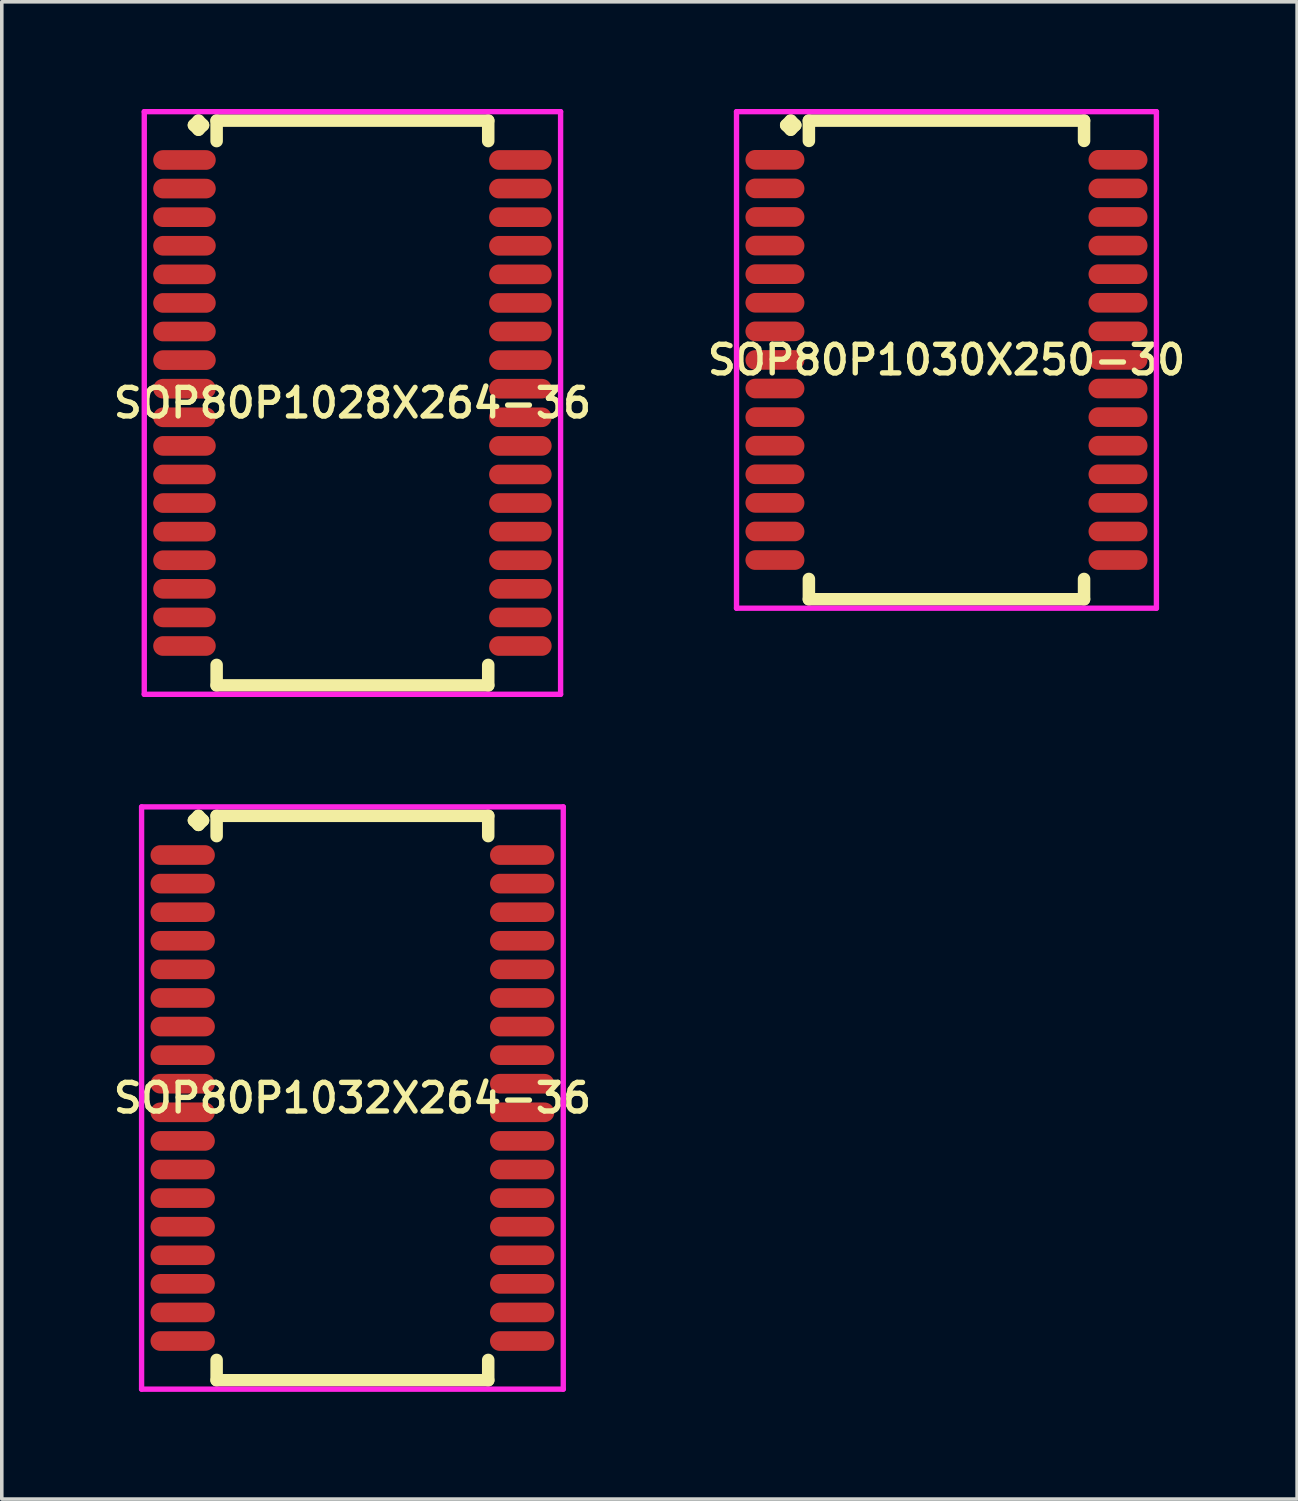
<source format=kicad_pcb>
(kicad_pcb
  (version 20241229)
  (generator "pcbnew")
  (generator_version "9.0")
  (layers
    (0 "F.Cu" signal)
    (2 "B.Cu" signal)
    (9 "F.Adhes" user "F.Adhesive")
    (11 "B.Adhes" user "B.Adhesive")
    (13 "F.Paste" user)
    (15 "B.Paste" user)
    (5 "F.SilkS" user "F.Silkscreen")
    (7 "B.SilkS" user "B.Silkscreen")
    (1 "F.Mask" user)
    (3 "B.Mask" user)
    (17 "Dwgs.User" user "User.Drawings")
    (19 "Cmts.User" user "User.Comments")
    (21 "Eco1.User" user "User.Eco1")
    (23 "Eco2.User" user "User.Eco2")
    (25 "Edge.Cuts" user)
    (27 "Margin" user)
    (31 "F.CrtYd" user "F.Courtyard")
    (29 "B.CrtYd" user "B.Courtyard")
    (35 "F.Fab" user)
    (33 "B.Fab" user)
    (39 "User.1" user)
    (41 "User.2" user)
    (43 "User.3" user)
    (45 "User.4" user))
  (footprint "SOP80P1030X250-30"
    (layer "F.Cu")
    (at 23.435 7.022)
    (property "Reference" "SOP80P1030X250-30" (at 0 0 0) (layer "F.SilkS") (effects (font (size 0.8 0.8) (thickness 0.15))))
    (attr smd)
    (fp_line (start -4.485 -6.57) (end -4.358 -6.697) (stroke (width 0.35) (type solid)) (layer "F.SilkS"))
    (fp_line (start -4.358 -6.697) (end -4.231 -6.57) (stroke (width 0.35) (type solid)) (layer "F.SilkS"))
    (fp_line (start -4.358 -6.443) (end -4.485 -6.57) (stroke (width 0.35) (type solid)) (layer "F.SilkS"))
    (fp_line (start -4.231 -6.57) (end -4.358 -6.443) (stroke (width 0.35) (type solid)) (layer "F.SilkS"))
    (fp_line (start -3.85 -6.697) (end 3.85 -6.697) (stroke (width 0.35) (type solid)) (layer "F.SilkS"))
    (fp_line (start -3.85 -6.129) (end -3.85 -6.697) (stroke (width 0.35) (type solid)) (layer "F.SilkS"))
    (fp_line (start -3.85 6.129) (end -3.85 6.697) (stroke (width 0.35) (type solid)) (layer "F.SilkS"))
    (fp_line (start -3.85 6.697) (end 3.85 6.697) (stroke (width 0.35) (type solid)) (layer "F.SilkS"))
    (fp_line (start 3.85 -6.697) (end 3.85 -6.129) (stroke (width 0.35) (type solid)) (layer "F.SilkS"))
    (fp_line (start 3.85 6.697) (end 3.85 6.129) (stroke (width 0.35) (type solid)) (layer "F.SilkS"))
    (fp_line (start -5.875 -6.947) (end 5.875 -6.947) (stroke (width 0.15) (type solid)) (layer "F.CrtYd"))
    (fp_line (start -5.875 6.947) (end -5.875 -6.947) (stroke (width 0.15) (type solid)) (layer "F.CrtYd"))
    (fp_line (start 5.875 -6.947) (end 5.875 6.947) (stroke (width 0.15) (type solid)) (layer "F.CrtYd"))
    (fp_line (start 5.875 6.947) (end -5.875 6.947) (stroke (width 0.15) (type solid)) (layer "F.CrtYd"))
    (pad "1" smd oval (at -4.8 -5.6) (size 1.65 0.55) (layers "F.Cu" "F.Mask" "F.Paste"))
    (pad "2" smd oval (at -4.8 -4.8) (size 1.65 0.55) (layers "F.Cu" "F.Mask" "F.Paste"))
    (pad "3" smd oval (at -4.8 -4) (size 1.65 0.55) (layers "F.Cu" "F.Mask" "F.Paste"))
    (pad "4" smd oval (at -4.8 -3.2) (size 1.65 0.55) (layers "F.Cu" "F.Mask" "F.Paste"))
    (pad "5" smd oval (at -4.8 -2.4) (size 1.65 0.55) (layers "F.Cu" "F.Mask" "F.Paste"))
    (pad "6" smd oval (at -4.8 -1.6) (size 1.65 0.55) (layers "F.Cu" "F.Mask" "F.Paste"))
    (pad "7" smd oval (at -4.8 -0.8) (size 1.65 0.55) (layers "F.Cu" "F.Mask" "F.Paste"))
    (pad "8" smd oval (at -4.8 0) (size 1.65 0.55) (layers "F.Cu" "F.Mask" "F.Paste"))
    (pad "9" smd oval (at -4.8 0.8) (size 1.65 0.55) (layers "F.Cu" "F.Mask" "F.Paste"))
    (pad "10" smd oval (at -4.8 1.6) (size 1.65 0.55) (layers "F.Cu" "F.Mask" "F.Paste"))
    (pad "11" smd oval (at -4.8 2.4) (size 1.65 0.55) (layers "F.Cu" "F.Mask" "F.Paste"))
    (pad "12" smd oval (at -4.8 3.2) (size 1.65 0.55) (layers "F.Cu" "F.Mask" "F.Paste"))
    (pad "13" smd oval (at -4.8 4) (size 1.65 0.55) (layers "F.Cu" "F.Mask" "F.Paste"))
    (pad "14" smd oval (at -4.8 4.8) (size 1.65 0.55) (layers "F.Cu" "F.Mask" "F.Paste"))
    (pad "15" smd oval (at -4.8 5.6) (size 1.65 0.55) (layers "F.Cu" "F.Mask" "F.Paste"))
    (pad "16" smd oval (at 4.8 5.6) (size 1.65 0.55) (layers "F.Cu" "F.Mask" "F.Paste"))
    (pad "17" smd oval (at 4.8 4.8) (size 1.65 0.55) (layers "F.Cu" "F.Mask" "F.Paste"))
    (pad "18" smd oval (at 4.8 4) (size 1.65 0.55) (layers "F.Cu" "F.Mask" "F.Paste"))
    (pad "19" smd oval (at 4.8 3.2) (size 1.65 0.55) (layers "F.Cu" "F.Mask" "F.Paste"))
    (pad "20" smd oval (at 4.8 2.4) (size 1.65 0.55) (layers "F.Cu" "F.Mask" "F.Paste"))
    (pad "21" smd oval (at 4.8 1.6) (size 1.65 0.55) (layers "F.Cu" "F.Mask" "F.Paste"))
    (pad "22" smd oval (at 4.8 0.8) (size 1.65 0.55) (layers "F.Cu" "F.Mask" "F.Paste"))
    (pad "23" smd oval (at 4.8 0) (size 1.65 0.55) (layers "F.Cu" "F.Mask" "F.Paste"))
    (pad "24" smd oval (at 4.8 -0.8) (size 1.65 0.55) (layers "F.Cu" "F.Mask" "F.Paste"))
    (pad "25" smd oval (at 4.8 -1.6) (size 1.65 0.55) (layers "F.Cu" "F.Mask" "F.Paste"))
    (pad "26" smd oval (at 4.8 -2.4) (size 1.65 0.55) (layers "F.Cu" "F.Mask" "F.Paste"))
    (pad "27" smd oval (at 4.8 -3.2) (size 1.65 0.55) (layers "F.Cu" "F.Mask" "F.Paste"))
    (pad "28" smd oval (at 4.8 -4) (size 1.65 0.55) (layers "F.Cu" "F.Mask" "F.Paste"))
    (pad "29" smd oval (at 4.8 -4.8) (size 1.65 0.55) (layers "F.Cu" "F.Mask" "F.Paste"))
    (pad "30" smd oval (at 4.8 -5.6) (size 1.65 0.55) (layers "F.Cu" "F.Mask" "F.Paste")))
  (footprint "SOP80P1028X264-36"
    (layer "F.Cu")
    (at 6.812 8.227)
    (property "Reference" "SOP80P1028X264-36" (at 0 0 0) (layer "F.SilkS") (effects (font (size 0.8 0.8) (thickness 0.15))))
    (attr smd)
    (fp_line (start -4.435 -7.775) (end -4.308 -7.902) (stroke (width 0.35) (type solid)) (layer "F.SilkS"))
    (fp_line (start -4.308 -7.902) (end -4.181 -7.775) (stroke (width 0.35) (type solid)) (layer "F.SilkS"))
    (fp_line (start -4.308 -7.648) (end -4.435 -7.775) (stroke (width 0.35) (type solid)) (layer "F.SilkS"))
    (fp_line (start -4.181 -7.775) (end -4.308 -7.648) (stroke (width 0.35) (type solid)) (layer "F.SilkS"))
    (fp_line (start -3.8 -7.902) (end 3.8 -7.902) (stroke (width 0.35) (type solid)) (layer "F.SilkS"))
    (fp_line (start -3.8 -7.329) (end -3.8 -7.902) (stroke (width 0.35) (type solid)) (layer "F.SilkS"))
    (fp_line (start -3.8 7.329) (end -3.8 7.902) (stroke (width 0.35) (type solid)) (layer "F.SilkS"))
    (fp_line (start -3.8 7.902) (end 3.8 7.902) (stroke (width 0.35) (type solid)) (layer "F.SilkS"))
    (fp_line (start 3.8 -7.902) (end 3.8 -7.329) (stroke (width 0.35) (type solid)) (layer "F.SilkS"))
    (fp_line (start 3.8 7.902) (end 3.8 7.329) (stroke (width 0.35) (type solid)) (layer "F.SilkS"))
    (fp_line (start -5.825 -8.152) (end 5.825 -8.152) (stroke (width 0.15) (type solid)) (layer "F.CrtYd"))
    (fp_line (start -5.825 8.152) (end -5.825 -8.152) (stroke (width 0.15) (type solid)) (layer "F.CrtYd"))
    (fp_line (start 5.825 -8.152) (end 5.825 8.152) (stroke (width 0.15) (type solid)) (layer "F.CrtYd"))
    (fp_line (start 5.825 8.152) (end -5.825 8.152) (stroke (width 0.15) (type solid)) (layer "F.CrtYd"))
    (pad "1" smd oval (at -4.7 -6.8) (size 1.75 0.55) (layers "F.Cu" "F.Mask" "F.Paste"))
    (pad "2" smd oval (at -4.7 -6) (size 1.75 0.55) (layers "F.Cu" "F.Mask" "F.Paste"))
    (pad "3" smd oval (at -4.7 -5.2) (size 1.75 0.55) (layers "F.Cu" "F.Mask" "F.Paste"))
    (pad "4" smd oval (at -4.7 -4.4) (size 1.75 0.55) (layers "F.Cu" "F.Mask" "F.Paste"))
    (pad "5" smd oval (at -4.7 -3.6) (size 1.75 0.55) (layers "F.Cu" "F.Mask" "F.Paste"))
    (pad "6" smd oval (at -4.7 -2.8) (size 1.75 0.55) (layers "F.Cu" "F.Mask" "F.Paste"))
    (pad "7" smd oval (at -4.7 -2) (size 1.75 0.55) (layers "F.Cu" "F.Mask" "F.Paste"))
    (pad "8" smd oval (at -4.7 -1.2) (size 1.75 0.55) (layers "F.Cu" "F.Mask" "F.Paste"))
    (pad "9" smd oval (at -4.7 -0.4) (size 1.75 0.55) (layers "F.Cu" "F.Mask" "F.Paste"))
    (pad "10" smd oval (at -4.7 0.4) (size 1.75 0.55) (layers "F.Cu" "F.Mask" "F.Paste"))
    (pad "11" smd oval (at -4.7 1.2) (size 1.75 0.55) (layers "F.Cu" "F.Mask" "F.Paste"))
    (pad "12" smd oval (at -4.7 2) (size 1.75 0.55) (layers "F.Cu" "F.Mask" "F.Paste"))
    (pad "13" smd oval (at -4.7 2.8) (size 1.75 0.55) (layers "F.Cu" "F.Mask" "F.Paste"))
    (pad "14" smd oval (at -4.7 3.6) (size 1.75 0.55) (layers "F.Cu" "F.Mask" "F.Paste"))
    (pad "15" smd oval (at -4.7 4.4) (size 1.75 0.55) (layers "F.Cu" "F.Mask" "F.Paste"))
    (pad "16" smd oval (at -4.7 5.2) (size 1.75 0.55) (layers "F.Cu" "F.Mask" "F.Paste"))
    (pad "17" smd oval (at -4.7 6) (size 1.75 0.55) (layers "F.Cu" "F.Mask" "F.Paste"))
    (pad "18" smd oval (at -4.7 6.8) (size 1.75 0.55) (layers "F.Cu" "F.Mask" "F.Paste"))
    (pad "19" smd oval (at 4.7 6.8) (size 1.75 0.55) (layers "F.Cu" "F.Mask" "F.Paste"))
    (pad "20" smd oval (at 4.7 6) (size 1.75 0.55) (layers "F.Cu" "F.Mask" "F.Paste"))
    (pad "21" smd oval (at 4.7 5.2) (size 1.75 0.55) (layers "F.Cu" "F.Mask" "F.Paste"))
    (pad "22" smd oval (at 4.7 4.4) (size 1.75 0.55) (layers "F.Cu" "F.Mask" "F.Paste"))
    (pad "23" smd oval (at 4.7 3.6) (size 1.75 0.55) (layers "F.Cu" "F.Mask" "F.Paste"))
    (pad "24" smd oval (at 4.7 2.8) (size 1.75 0.55) (layers "F.Cu" "F.Mask" "F.Paste"))
    (pad "25" smd oval (at 4.7 2) (size 1.75 0.55) (layers "F.Cu" "F.Mask" "F.Paste"))
    (pad "26" smd oval (at 4.7 1.2) (size 1.75 0.55) (layers "F.Cu" "F.Mask" "F.Paste"))
    (pad "27" smd oval (at 4.7 0.4) (size 1.75 0.55) (layers "F.Cu" "F.Mask" "F.Paste"))
    (pad "28" smd oval (at 4.7 -0.4) (size 1.75 0.55) (layers "F.Cu" "F.Mask" "F.Paste"))
    (pad "29" smd oval (at 4.7 -1.2) (size 1.75 0.55) (layers "F.Cu" "F.Mask" "F.Paste"))
    (pad "30" smd oval (at 4.7 -2) (size 1.75 0.55) (layers "F.Cu" "F.Mask" "F.Paste"))
    (pad "31" smd oval (at 4.7 -2.8) (size 1.75 0.55) (layers "F.Cu" "F.Mask" "F.Paste"))
    (pad "32" smd oval (at 4.7 -3.6) (size 1.75 0.55) (layers "F.Cu" "F.Mask" "F.Paste"))
    (pad "33" smd oval (at 4.7 -4.4) (size 1.75 0.55) (layers "F.Cu" "F.Mask" "F.Paste"))
    (pad "34" smd oval (at 4.7 -5.2) (size 1.75 0.55) (layers "F.Cu" "F.Mask" "F.Paste"))
    (pad "35" smd oval (at 4.7 -6) (size 1.75 0.55) (layers "F.Cu" "F.Mask" "F.Paste"))
    (pad "36" smd oval (at 4.7 -6.8) (size 1.75 0.55) (layers "F.Cu" "F.Mask" "F.Paste")))
  (footprint "SOP80P1032X264-36"
    (layer "F.Cu")
    (at 6.812 27.676)
    (property "Reference" "SOP80P1032X264-36" (at 0 0 0) (layer "F.SilkS") (effects (font (size 0.8 0.8) (thickness 0.15))))
    (attr smd)
    (fp_line (start -4.435 -7.77) (end -4.308 -7.897) (stroke (width 0.35) (type solid)) (layer "F.SilkS"))
    (fp_line (start -4.308 -7.897) (end -4.181 -7.77) (stroke (width 0.35) (type solid)) (layer "F.SilkS"))
    (fp_line (start -4.308 -7.643) (end -4.435 -7.77) (stroke (width 0.35) (type solid)) (layer "F.SilkS"))
    (fp_line (start -4.181 -7.77) (end -4.308 -7.643) (stroke (width 0.35) (type solid)) (layer "F.SilkS"))
    (fp_line (start -3.8 -7.897) (end 3.8 -7.897) (stroke (width 0.35) (type solid)) (layer "F.SilkS"))
    (fp_line (start -3.8 -7.329) (end -3.8 -7.897) (stroke (width 0.35) (type solid)) (layer "F.SilkS"))
    (fp_line (start -3.8 7.329) (end -3.8 7.897) (stroke (width 0.35) (type solid)) (layer "F.SilkS"))
    (fp_line (start -3.8 7.897) (end 3.8 7.897) (stroke (width 0.35) (type solid)) (layer "F.SilkS"))
    (fp_line (start 3.8 -7.897) (end 3.8 -7.329) (stroke (width 0.35) (type solid)) (layer "F.SilkS"))
    (fp_line (start 3.8 7.897) (end 3.8 7.329) (stroke (width 0.35) (type solid)) (layer "F.SilkS"))
    (fp_line (start -5.9 -8.147) (end 5.9 -8.147) (stroke (width 0.15) (type solid)) (layer "F.CrtYd"))
    (fp_line (start -5.9 8.147) (end -5.9 -8.147) (stroke (width 0.15) (type solid)) (layer "F.CrtYd"))
    (fp_line (start 5.9 -8.147) (end 5.9 8.147) (stroke (width 0.15) (type solid)) (layer "F.CrtYd"))
    (fp_line (start 5.9 8.147) (end -5.9 8.147) (stroke (width 0.15) (type solid)) (layer "F.CrtYd"))
    (pad "1" smd oval (at -4.75 -6.8) (size 1.8 0.55) (layers "F.Cu" "F.Mask" "F.Paste"))
    (pad "2" smd oval (at -4.75 -6) (size 1.8 0.55) (layers "F.Cu" "F.Mask" "F.Paste"))
    (pad "3" smd oval (at -4.75 -5.2) (size 1.8 0.55) (layers "F.Cu" "F.Mask" "F.Paste"))
    (pad "4" smd oval (at -4.75 -4.4) (size 1.8 0.55) (layers "F.Cu" "F.Mask" "F.Paste"))
    (pad "5" smd oval (at -4.75 -3.6) (size 1.8 0.55) (layers "F.Cu" "F.Mask" "F.Paste"))
    (pad "6" smd oval (at -4.75 -2.8) (size 1.8 0.55) (layers "F.Cu" "F.Mask" "F.Paste"))
    (pad "7" smd oval (at -4.75 -2) (size 1.8 0.55) (layers "F.Cu" "F.Mask" "F.Paste"))
    (pad "8" smd oval (at -4.75 -1.2) (size 1.8 0.55) (layers "F.Cu" "F.Mask" "F.Paste"))
    (pad "9" smd oval (at -4.75 -0.4) (size 1.8 0.55) (layers "F.Cu" "F.Mask" "F.Paste"))
    (pad "10" smd oval (at -4.75 0.4) (size 1.8 0.55) (layers "F.Cu" "F.Mask" "F.Paste"))
    (pad "11" smd oval (at -4.75 1.2) (size 1.8 0.55) (layers "F.Cu" "F.Mask" "F.Paste"))
    (pad "12" smd oval (at -4.75 2) (size 1.8 0.55) (layers "F.Cu" "F.Mask" "F.Paste"))
    (pad "13" smd oval (at -4.75 2.8) (size 1.8 0.55) (layers "F.Cu" "F.Mask" "F.Paste"))
    (pad "14" smd oval (at -4.75 3.6) (size 1.8 0.55) (layers "F.Cu" "F.Mask" "F.Paste"))
    (pad "15" smd oval (at -4.75 4.4) (size 1.8 0.55) (layers "F.Cu" "F.Mask" "F.Paste"))
    (pad "16" smd oval (at -4.75 5.2) (size 1.8 0.55) (layers "F.Cu" "F.Mask" "F.Paste"))
    (pad "17" smd oval (at -4.75 6) (size 1.8 0.55) (layers "F.Cu" "F.Mask" "F.Paste"))
    (pad "18" smd oval (at -4.75 6.8) (size 1.8 0.55) (layers "F.Cu" "F.Mask" "F.Paste"))
    (pad "19" smd oval (at 4.75 6.8) (size 1.8 0.55) (layers "F.Cu" "F.Mask" "F.Paste"))
    (pad "20" smd oval (at 4.75 6) (size 1.8 0.55) (layers "F.Cu" "F.Mask" "F.Paste"))
    (pad "21" smd oval (at 4.75 5.2) (size 1.8 0.55) (layers "F.Cu" "F.Mask" "F.Paste"))
    (pad "22" smd oval (at 4.75 4.4) (size 1.8 0.55) (layers "F.Cu" "F.Mask" "F.Paste"))
    (pad "23" smd oval (at 4.75 3.6) (size 1.8 0.55) (layers "F.Cu" "F.Mask" "F.Paste"))
    (pad "24" smd oval (at 4.75 2.8) (size 1.8 0.55) (layers "F.Cu" "F.Mask" "F.Paste"))
    (pad "25" smd oval (at 4.75 2) (size 1.8 0.55) (layers "F.Cu" "F.Mask" "F.Paste"))
    (pad "26" smd oval (at 4.75 1.2) (size 1.8 0.55) (layers "F.Cu" "F.Mask" "F.Paste"))
    (pad "27" smd oval (at 4.75 0.4) (size 1.8 0.55) (layers "F.Cu" "F.Mask" "F.Paste"))
    (pad "28" smd oval (at 4.75 -0.4) (size 1.8 0.55) (layers "F.Cu" "F.Mask" "F.Paste"))
    (pad "29" smd oval (at 4.75 -1.2) (size 1.8 0.55) (layers "F.Cu" "F.Mask" "F.Paste"))
    (pad "30" smd oval (at 4.75 -2) (size 1.8 0.55) (layers "F.Cu" "F.Mask" "F.Paste"))
    (pad "31" smd oval (at 4.75 -2.8) (size 1.8 0.55) (layers "F.Cu" "F.Mask" "F.Paste"))
    (pad "32" smd oval (at 4.75 -3.6) (size 1.8 0.55) (layers "F.Cu" "F.Mask" "F.Paste"))
    (pad "33" smd oval (at 4.75 -4.4) (size 1.8 0.55) (layers "F.Cu" "F.Mask" "F.Paste"))
    (pad "34" smd oval (at 4.75 -5.2) (size 1.8 0.55) (layers "F.Cu" "F.Mask" "F.Paste"))
    (pad "35" smd oval (at 4.75 -6) (size 1.8 0.55) (layers "F.Cu" "F.Mask" "F.Paste"))
    (pad "36" smd oval (at 4.75 -6.8) (size 1.8 0.55) (layers "F.Cu" "F.Mask" "F.Paste")))
  (gr_rect
    (start -3 -3)
    (end 33.247 38.898)
    (stroke (width 0.1) (type default))
    (fill no)
    (layer "Edge.Cuts")))
</source>
